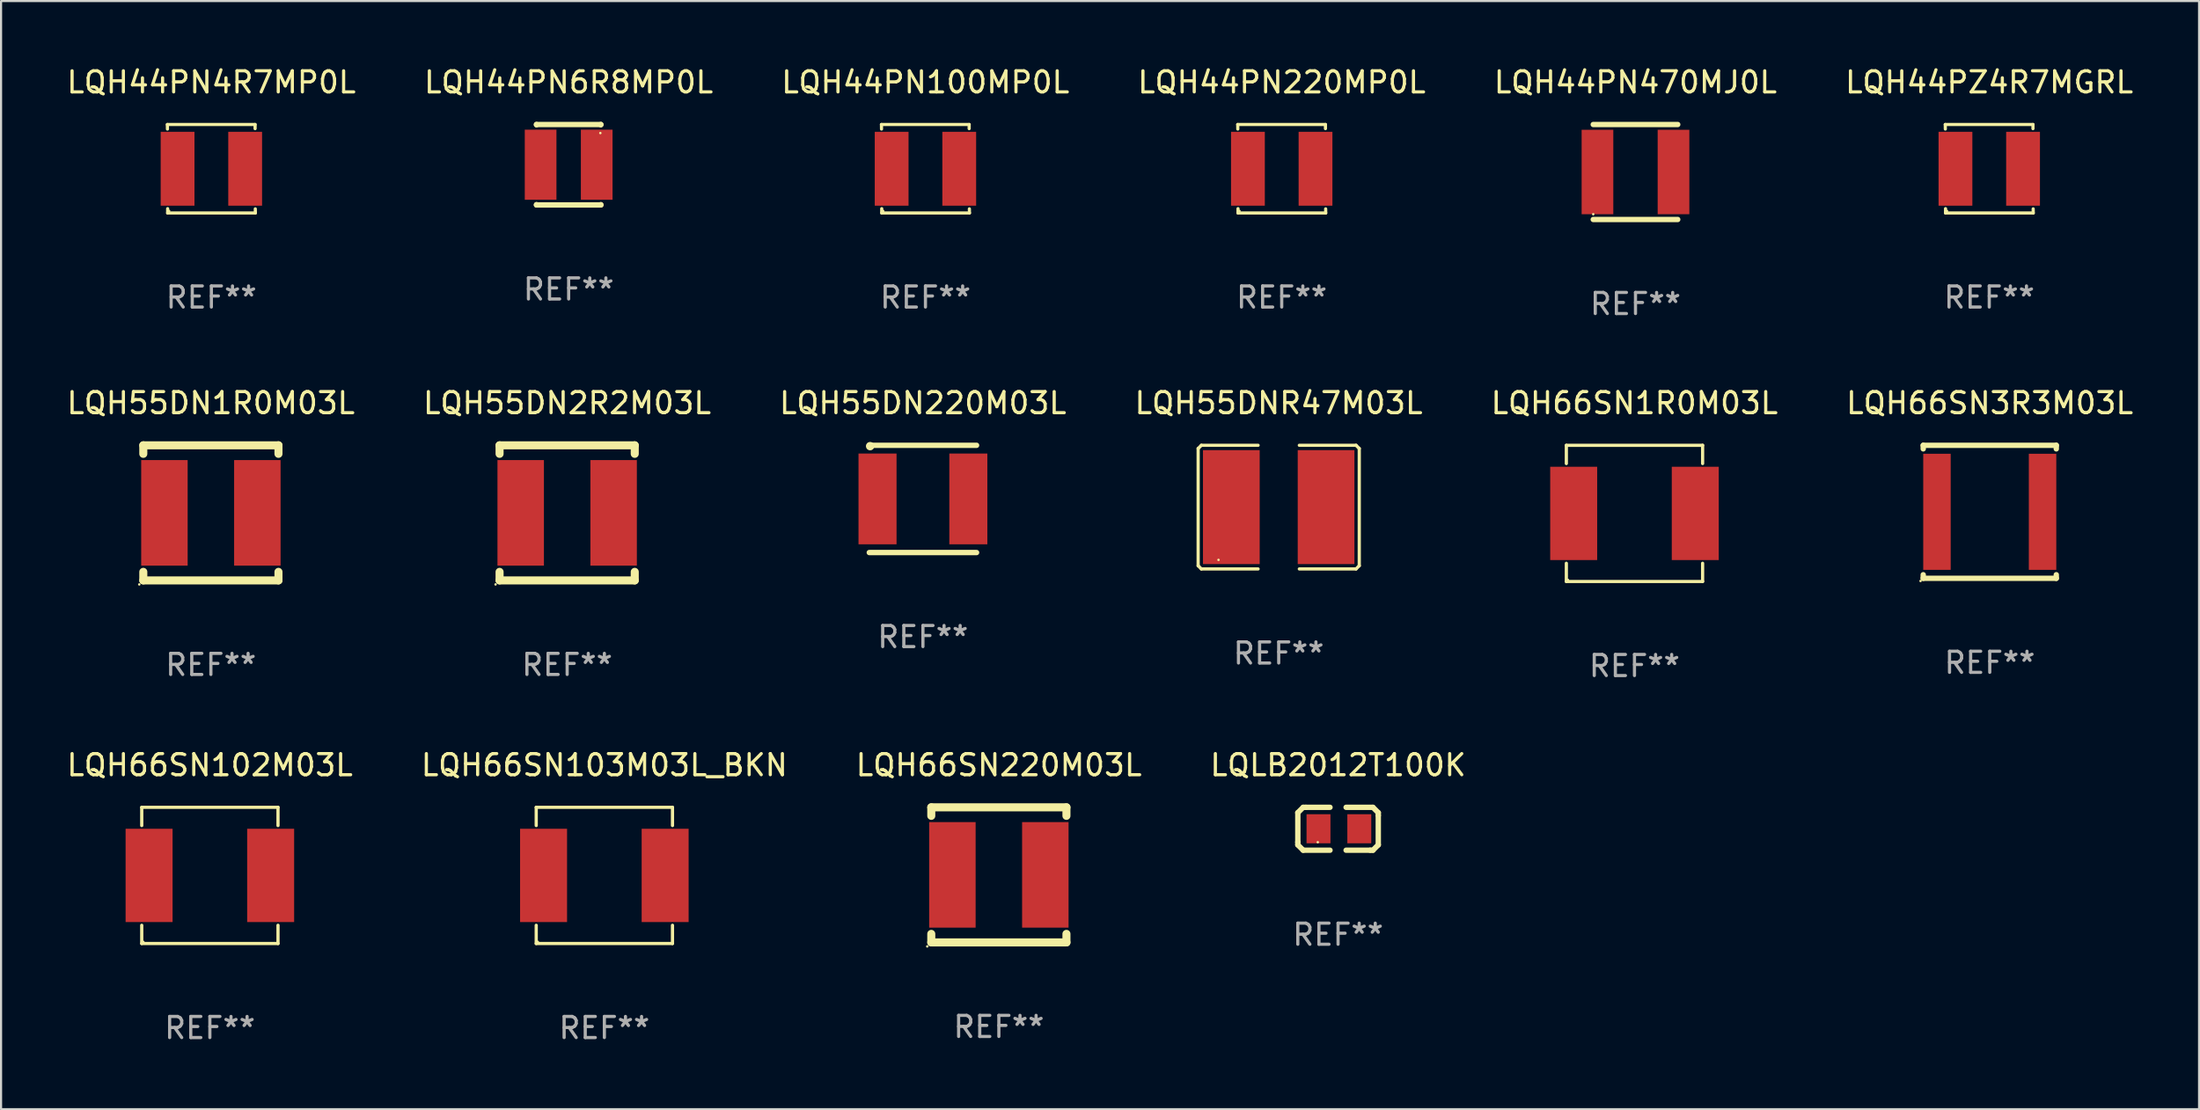
<source format=kicad_pcb>
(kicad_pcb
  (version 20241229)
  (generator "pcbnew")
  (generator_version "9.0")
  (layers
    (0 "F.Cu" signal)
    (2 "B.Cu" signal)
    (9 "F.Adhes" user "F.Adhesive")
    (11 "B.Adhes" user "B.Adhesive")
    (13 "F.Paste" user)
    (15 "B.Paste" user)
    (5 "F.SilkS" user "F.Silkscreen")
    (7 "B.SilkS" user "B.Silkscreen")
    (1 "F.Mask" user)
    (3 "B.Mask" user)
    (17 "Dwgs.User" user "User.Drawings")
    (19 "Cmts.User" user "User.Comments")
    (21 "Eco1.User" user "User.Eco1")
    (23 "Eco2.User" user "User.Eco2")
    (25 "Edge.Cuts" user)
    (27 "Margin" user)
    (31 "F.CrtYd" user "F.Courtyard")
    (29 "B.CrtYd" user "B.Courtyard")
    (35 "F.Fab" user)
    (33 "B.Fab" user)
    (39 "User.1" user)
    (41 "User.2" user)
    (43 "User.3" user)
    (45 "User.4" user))
  (footprint "LQH44PN6R8MP0L"
    (layer "F.Cu")
    (at 23.875 4.753)
    (property "Reference" "LQH44PN6R8MP0L" (at 0 -3.905 0) (layer "F.SilkS") (effects (font (size 1 1) (thickness 0.15))))
    (attr through_hole)
    (fp_line (start -1.524 -1.905) (end 1.524 -1.905) (stroke (width 0.254) (type solid)) (layer "F.SilkS"))
    (fp_line (start -1.524 -1.891) (end -1.524 -1.905) (stroke (width 0.254) (type solid)) (layer "F.SilkS"))
    (fp_line (start -1.524 1.905) (end -1.524 1.891) (stroke (width 0.254) (type solid)) (layer "F.SilkS"))
    (fp_line (start -1.524 1.905) (end 1.524 1.905) (stroke (width 0.254) (type solid)) (layer "F.SilkS"))
    (fp_line (start 1.524 -1.905) (end 1.524 -1.891) (stroke (width 0.254) (type solid)) (layer "F.SilkS"))
    (fp_line (start 1.524 1.891) (end 1.524 1.905) (stroke (width 0.254) (type solid)) (layer "F.SilkS"))
    (fp_circle (center 1.5 -1.5) (end 1.53 -1.5) (stroke (width 0.06) (type solid)) (fill no) (layer "F.SilkS"))
    (fp_text user "REF**" (at 0 5.905 0) (layer "F.Fab") (effects (font (size 1 1) (thickness 0.15))))
    (pad "1" smd rect (at 1.328 0) (size 1.5 3.32) (layers "F.Cu" "F.Mask" "F.Paste"))
    (pad "2" smd rect (at -1.328 0) (size 1.5 3.32) (layers "F.Cu" "F.Mask" "F.Paste")))
  (footprint "LQLB2012T100K"
    (layer "F.Cu")
    (at 60.304 36.21)
    (property "Reference" "LQLB2012T100K" (at 0 -3.016 0) (layer "F.SilkS") (effects (font (size 1 1) (thickness 0.15))))
    (attr through_hole)
    (fp_line (start -1.905 -0.762) (end -1.905 0.635) (stroke (width 0.254) (type solid)) (layer "F.SilkS"))
    (fp_line (start -1.905 0.635) (end -1.905 0.762) (stroke (width 0.254) (type solid)) (layer "F.SilkS"))
    (fp_line (start -1.905 0.762) (end -1.651 1.016) (stroke (width 0.254) (type solid)) (layer "F.SilkS"))
    (fp_line (start -1.651 -1.016) (end -1.905 -0.762) (stroke (width 0.254) (type solid)) (layer "F.SilkS"))
    (fp_line (start -1.651 1.016) (end -0.381 1.016) (stroke (width 0.254) (type solid)) (layer "F.SilkS"))
    (fp_line (start -1.524 -1.016) (end -1.651 -1.016) (stroke (width 0.254) (type solid)) (layer "F.SilkS"))
    (fp_line (start -0.381 -1.016) (end -1.524 -1.016) (stroke (width 0.254) (type solid)) (layer "F.SilkS"))
    (fp_line (start 0.381 1.016) (end 1.524 1.016) (stroke (width 0.254) (type solid)) (layer "F.SilkS"))
    (fp_line (start 1.524 1.016) (end 1.651 1.016) (stroke (width 0.254) (type solid)) (layer "F.SilkS"))
    (fp_line (start 1.651 -1.016) (end 0.381 -1.016) (stroke (width 0.254) (type solid)) (layer "F.SilkS"))
    (fp_line (start 1.651 1.016) (end 1.905 0.762) (stroke (width 0.254) (type solid)) (layer "F.SilkS"))
    (fp_line (start 1.905 -0.762) (end 1.651 -1.016) (stroke (width 0.254) (type solid)) (layer "F.SilkS"))
    (fp_line (start 1.905 -0.635) (end 1.905 -0.762) (stroke (width 0.254) (type solid)) (layer "F.SilkS"))
    (fp_line (start 1.905 0.762) (end 1.905 -0.635) (stroke (width 0.254) (type solid)) (layer "F.SilkS"))
    (fp_circle (center -0.96 0.637) (end -0.93 0.637) (stroke (width 0.06) (type solid)) (fill no) (layer "F.SilkS"))
    (fp_text user "REF**" (at 0 5.016 0) (layer "F.Fab") (effects (font (size 1 1) (thickness 0.15))))
    (pad "1" smd rect (at -0.926 -0.000051) (size 1.133 1.377) (layers "F.Cu" "F.Mask" "F.Paste"))
    (pad "2" smd rect (at 1.006 -0.000051) (size 1.133 1.377) (layers "F.Cu" "F.Mask" "F.Paste")))
  (footprint "LQH44PN4R7MP0L"
    (layer "F.Cu")
    (at 6.958 4.944)
    (property "Reference" "LQH44PN4R7MP0L" (at 0 -4.096 0) (layer "F.SilkS") (effects (font (size 1 1) (thickness 0.15))))
    (attr through_hole)
    (fp_line (start -2.083 -2.096) (end -2.08 -1.88) (stroke (width 0.15) (type solid)) (layer "F.SilkS"))
    (fp_line (start -2.07 1.89) (end -2.07 2.096) (stroke (width 0.15) (type solid)) (layer "F.SilkS"))
    (fp_line (start -2.07 2.096) (end 2.083 2.096) (stroke (width 0.15) (type solid)) (layer "F.SilkS"))
    (fp_line (start 2.07 -1.9) (end 2.07 -2.096) (stroke (width 0.15) (type solid)) (layer "F.SilkS"))
    (fp_line (start 2.07 -2.096) (end -2.083 -2.096) (stroke (width 0.15) (type solid)) (layer "F.SilkS"))
    (fp_line (start 2.083 2.096) (end 2.08 1.9) (stroke (width 0.15) (type solid)) (layer "F.SilkS"))
    (fp_circle (center -2 2) (end -1.97 2) (stroke (width 0.06) (type solid)) (fill no) (layer "F.SilkS"))
    (fp_text user "REF**" (at 0 6.096 0) (layer "F.Fab") (effects (font (size 1 1) (thickness 0.15))))
    (pad "1" smd rect (at -1.6 -0.000343) (size 1.6 3.5) (layers "F.Cu" "F.Mask" "F.Paste"))
    (pad "2" smd rect (at 1.6 -0.000343) (size 1.6 3.5) (layers "F.Cu" "F.Mask" "F.Paste")))
  (footprint "LQH44PN100MP0L"
    (layer "F.Cu")
    (at 40.768 4.944)
    (property "Reference" "LQH44PN100MP0L" (at 0 -4.096 0) (layer "F.SilkS") (effects (font (size 1 1) (thickness 0.15))))
    (attr through_hole)
    (fp_line (start -2.083 -2.096) (end -2.08 -1.88) (stroke (width 0.15) (type solid)) (layer "F.SilkS"))
    (fp_line (start -2.07 1.89) (end -2.07 2.096) (stroke (width 0.15) (type solid)) (layer "F.SilkS"))
    (fp_line (start -2.07 2.096) (end 2.083 2.096) (stroke (width 0.15) (type solid)) (layer "F.SilkS"))
    (fp_line (start 2.07 -1.9) (end 2.07 -2.096) (stroke (width 0.15) (type solid)) (layer "F.SilkS"))
    (fp_line (start 2.07 -2.096) (end -2.083 -2.096) (stroke (width 0.15) (type solid)) (layer "F.SilkS"))
    (fp_line (start 2.083 2.096) (end 2.08 1.9) (stroke (width 0.15) (type solid)) (layer "F.SilkS"))
    (fp_circle (center -2 2) (end -1.97 2) (stroke (width 0.06) (type solid)) (fill no) (layer "F.SilkS"))
    (fp_text user "REF**" (at 0 6.096 0) (layer "F.Fab") (effects (font (size 1 1) (thickness 0.15))))
    (pad "1" smd rect (at -1.6 -0.000343) (size 1.6 3.5) (layers "F.Cu" "F.Mask" "F.Paste"))
    (pad "2" smd rect (at 1.6 -0.000343) (size 1.6 3.5) (layers "F.Cu" "F.Mask" "F.Paste")))
  (footprint "LQH55DN1R0M03L"
    (layer "F.Cu")
    (at 6.935 21.245)
    (property "Reference" "LQH55DN1R0M03L" (at 0 -5.2 0) (layer "F.SilkS") (effects (font (size 1 1) (thickness 0.15))))
    (attr through_hole)
    (fp_line (start -3.2 -3.2) (end -3.2 -2.795) (stroke (width 0.381) (type solid)) (layer "F.SilkS"))
    (fp_line (start -3.2 -3.2) (end 3.2 -3.2) (stroke (width 0.381) (type solid)) (layer "F.SilkS"))
    (fp_line (start -3.2 2.795) (end -3.2 3.2) (stroke (width 0.381) (type solid)) (layer "F.SilkS"))
    (fp_line (start 3.2 -3.2) (end 3.2 -2.795) (stroke (width 0.381) (type solid)) (layer "F.SilkS"))
    (fp_line (start 3.2 2.795) (end 3.2 3.2) (stroke (width 0.381) (type solid)) (layer "F.SilkS"))
    (fp_line (start 3.2 3.2) (end -3.2 3.2) (stroke (width 0.381) (type solid)) (layer "F.SilkS"))
    (fp_circle (center -3.39 3.39) (end -3.36 3.39) (stroke (width 0.06) (type solid)) (fill no) (layer "F.SilkS"))
    (fp_text user "REF**" (at 0 7.2 0) (layer "F.Fab") (effects (font (size 1 1) (thickness 0.15))))
    (pad "1" smd rect (at -2.2 0) (size 2.2 5) (layers "F.Cu" "F.Mask" "F.Paste"))
    (pad "2" smd rect (at 2.2 0) (size 2.2 5) (layers "F.Cu" "F.Mask" "F.Paste")))
  (footprint "LQH66SN103M03L_BKN"
    (layer "F.Cu")
    (at 25.565 38.42)
    (property "Reference" "LQH66SN103M03L_BKN" (at 0 -5.226 0) (layer "F.SilkS") (effects (font (size 1 1) (thickness 0.15))))
    (attr through_hole)
    (fp_line (start -3.226 -3.226) (end 3.226 -3.226) (stroke (width 0.152) (type solid)) (layer "F.SilkS"))
    (fp_line (start -3.226 -2.362) (end -3.226 -3.226) (stroke (width 0.152) (type solid)) (layer "F.SilkS"))
    (fp_line (start -3.226 2.362) (end -3.226 3.226) (stroke (width 0.152) (type solid)) (layer "F.SilkS"))
    (fp_line (start -3.226 3.226) (end 3.226 3.226) (stroke (width 0.152) (type solid)) (layer "F.SilkS"))
    (fp_line (start 3.226 -3.226) (end 3.226 -2.362) (stroke (width 0.152) (type solid)) (layer "F.SilkS"))
    (fp_line (start 3.226 3.226) (end 3.226 2.362) (stroke (width 0.152) (type solid)) (layer "F.SilkS"))
    (fp_circle (center -3.15 3.15) (end -3.12 3.15) (stroke (width 0.06) (type solid)) (fill no) (layer "F.SilkS"))
    (fp_text user "REF**" (at 0 7.226 0) (layer "F.Fab") (effects (font (size 1 1) (thickness 0.15))))
    (pad "1" smd rect (at 2.878 0) (size 2.224 4.42) (layers "F.Cu" "F.Mask" "F.Paste"))
    (pad "2" smd rect (at -2.878 0) (size 2.224 4.42) (layers "F.Cu" "F.Mask" "F.Paste")))
  (footprint "LQH66SN3R3M03L"
    (layer "F.Cu")
    (at 91.161 21.195)
    (property "Reference" "LQH66SN3R3M03L" (at 0 -5.15 0) (layer "F.SilkS") (effects (font (size 1 1) (thickness 0.15))))
    (attr through_hole)
    (fp_line (start -3.15 -3.15) (end 3.15 -3.15) (stroke (width 0.254) (type solid)) (layer "F.SilkS"))
    (fp_line (start -3.15 -2.981) (end -3.15 -3.15) (stroke (width 0.254) (type solid)) (layer "F.SilkS"))
    (fp_line (start -3.15 3.15) (end -3.15 2.981) (stroke (width 0.254) (type solid)) (layer "F.SilkS"))
    (fp_line (start -3.15 3.15) (end 3.15 3.15) (stroke (width 0.254) (type solid)) (layer "F.SilkS"))
    (fp_line (start 3.15 -2.981) (end 3.15 -3.15) (stroke (width 0.254) (type solid)) (layer "F.SilkS"))
    (fp_line (start 3.15 3.15) (end 3.15 2.981) (stroke (width 0.254) (type solid)) (layer "F.SilkS"))
    (fp_circle (center -3.277 3.277) (end -3.247 3.277) (stroke (width 0.06) (type solid)) (fill no) (layer "F.SilkS"))
    (fp_text user "REF**" (at 0 7.15 0) (layer "F.Fab") (effects (font (size 1 1) (thickness 0.15))))
    (pad "1" smd rect (at -2.5 0) (size 1.3 5.5) (layers "F.Cu" "F.Mask" "F.Paste"))
    (pad "2" smd rect (at 2.5 0) (size 1.3 5.5) (layers "F.Cu" "F.Mask" "F.Paste")))
  (footprint "LQH44PN470MJ0L"
    (layer "F.Cu")
    (at 74.387 5.098)
    (property "Reference" "LQH44PN470MJ0L" (at 0 -4.25 0) (layer "F.SilkS") (effects (font (size 1 1) (thickness 0.15))))
    (attr through_hole)
    (fp_line (start -2 -2.25) (end 2 -2.25) (stroke (width 0.254) (type solid)) (layer "F.SilkS"))
    (fp_line (start -2 2.25) (end 2 2.25) (stroke (width 0.254) (type solid)) (layer "F.SilkS"))
    (fp_circle (center -2 2) (end -1.97 2) (stroke (width 0.06) (type solid)) (fill no) (layer "F.SilkS"))
    (fp_text user "REF**" (at 0 6.25 0) (layer "F.Fab") (effects (font (size 1 1) (thickness 0.15))))
    (pad "1" smd rect (at -1.8 0) (size 1.5 4) (layers "F.Cu" "F.Mask" "F.Paste"))
    (pad "2" smd rect (at 1.8 0) (size 1.5 4) (layers "F.Cu" "F.Mask" "F.Paste")))
  (footprint "LQH55DN2R2M03L"
    (layer "F.Cu")
    (at 23.804 21.245)
    (property "Reference" "LQH55DN2R2M03L" (at 0 -5.2 0) (layer "F.SilkS") (effects (font (size 1 1) (thickness 0.15))))
    (attr through_hole)
    (fp_line (start -3.2 -3.2) (end -3.2 -2.795) (stroke (width 0.381) (type solid)) (layer "F.SilkS"))
    (fp_line (start -3.2 -3.2) (end 3.2 -3.2) (stroke (width 0.381) (type solid)) (layer "F.SilkS"))
    (fp_line (start -3.2 2.795) (end -3.2 3.2) (stroke (width 0.381) (type solid)) (layer "F.SilkS"))
    (fp_line (start 3.2 -3.2) (end 3.2 -2.795) (stroke (width 0.381) (type solid)) (layer "F.SilkS"))
    (fp_line (start 3.2 2.795) (end 3.2 3.2) (stroke (width 0.381) (type solid)) (layer "F.SilkS"))
    (fp_line (start 3.2 3.2) (end -3.2 3.2) (stroke (width 0.381) (type solid)) (layer "F.SilkS"))
    (fp_circle (center -3.39 3.39) (end -3.36 3.39) (stroke (width 0.06) (type solid)) (fill no) (layer "F.SilkS"))
    (fp_text user "REF**" (at 0 7.2 0) (layer "F.Fab") (effects (font (size 1 1) (thickness 0.15))))
    (pad "1" smd rect (at -2.2 0) (size 2.2 5) (layers "F.Cu" "F.Mask" "F.Paste"))
    (pad "2" smd rect (at 2.2 0) (size 2.2 5) (layers "F.Cu" "F.Mask" "F.Paste")))
  (footprint "LQH44PZ4R7MGRL"
    (layer "F.Cu")
    (at 91.137 4.944)
    (property "Reference" "LQH44PZ4R7MGRL" (at 0 -4.096 0) (layer "F.SilkS") (effects (font (size 1 1) (thickness 0.15))))
    (attr through_hole)
    (fp_line (start -2.083 -2.096) (end -2.08 -1.88) (stroke (width 0.15) (type solid)) (layer "F.SilkS"))
    (fp_line (start -2.07 1.89) (end -2.07 2.096) (stroke (width 0.15) (type solid)) (layer "F.SilkS"))
    (fp_line (start -2.07 2.096) (end 2.083 2.096) (stroke (width 0.15) (type solid)) (layer "F.SilkS"))
    (fp_line (start 2.07 -1.9) (end 2.07 -2.096) (stroke (width 0.15) (type solid)) (layer "F.SilkS"))
    (fp_line (start 2.07 -2.096) (end -2.083 -2.096) (stroke (width 0.15) (type solid)) (layer "F.SilkS"))
    (fp_line (start 2.083 2.096) (end 2.08 1.9) (stroke (width 0.15) (type solid)) (layer "F.SilkS"))
    (fp_circle (center -2 2) (end -1.97 2) (stroke (width 0.06) (type solid)) (fill no) (layer "F.SilkS"))
    (fp_text user "REF**" (at 0 6.096 0) (layer "F.Fab") (effects (font (size 1 1) (thickness 0.15))))
    (pad "1" smd rect (at -1.6 -0.000343) (size 1.6 3.5) (layers "F.Cu" "F.Mask" "F.Paste"))
    (pad "2" smd rect (at 1.6 -0.000343) (size 1.6 3.5) (layers "F.Cu" "F.Mask" "F.Paste")))
  (footprint "LQH55DNR47M03L"
    (layer "F.Cu")
    (at 57.494 20.973)
    (property "Reference" "LQH55DNR47M03L" (at 0 -4.929 0) (layer "F.SilkS") (effects (font (size 1 1) (thickness 0.15))))
    (attr through_hole)
    (fp_line (start -3.814 -2.776) (end -3.814 2.776) (stroke (width 0.152) (type solid)) (layer "F.SilkS"))
    (fp_line (start -3.814 2.776) (end -3.661 2.929) (stroke (width 0.152) (type solid)) (layer "F.SilkS"))
    (fp_line (start -3.661 -2.929) (end -3.814 -2.776) (stroke (width 0.152) (type solid)) (layer "F.SilkS"))
    (fp_line (start -3.661 2.929) (end -0.976 2.929) (stroke (width 0.152) (type solid)) (layer "F.SilkS"))
    (fp_line (start -0.976 -2.929) (end -3.661 -2.929) (stroke (width 0.152) (type solid)) (layer "F.SilkS"))
    (fp_line (start 0.976 -2.929) (end 3.661 -2.929) (stroke (width 0.152) (type solid)) (layer "F.SilkS"))
    (fp_line (start 3.661 -2.929) (end 3.814 -2.776) (stroke (width 0.152) (type solid)) (layer "F.SilkS"))
    (fp_line (start 3.661 2.929) (end 0.976 2.929) (stroke (width 0.152) (type solid)) (layer "F.SilkS"))
    (fp_line (start 3.814 -2.776) (end 3.814 2.776) (stroke (width 0.152) (type solid)) (layer "F.SilkS"))
    (fp_line (start 3.814 2.776) (end 3.661 2.929) (stroke (width 0.152) (type solid)) (layer "F.SilkS"))
    (fp_circle (center -2.85 2.5) (end -2.82 2.5) (stroke (width 0.06) (type solid)) (fill no) (layer "F.SilkS"))
    (fp_text user "REF**" (at 0 6.929 0) (layer "F.Fab") (effects (font (size 1 1) (thickness 0.15))))
    (pad "1" smd rect (at -2.243 0) (size 2.685 5.4) (layers "F.Cu" "F.Mask" "F.Paste"))
    (pad "2" smd rect (at 2.243 0) (size 2.685 5.4) (layers "F.Cu" "F.Mask" "F.Paste")))
  (footprint "LQH55DN220M03L"
    (layer "F.Cu")
    (at 40.649 20.585)
    (property "Reference" "LQH55DN220M03L" (at 0 -4.54 0) (layer "F.SilkS") (effects (font (size 1 1) (thickness 0.15))))
    (attr through_hole)
    (fp_line (start -2.54 -2.54) (end 2.54 -2.54) (stroke (width 0.254) (type solid)) (layer "F.SilkS"))
    (fp_line (start 2.54 2.54) (end -2.54 2.54) (stroke (width 0.254) (type solid)) (layer "F.SilkS"))
    (fp_circle (center -2.5 -2.5) (end -2.4 -2.5) (stroke (width 0.2) (type solid)) (fill no) (layer "F.SilkS"))
    (fp_text user "REF**" (at 0 6.54 0) (layer "F.Fab") (effects (font (size 1 1) (thickness 0.15))))
    (pad "1" smd rect (at -2.15 0) (size 1.801 4.3) (layers "F.Cu" "F.Mask" "F.Paste"))
    (pad "2" smd rect (at 2.15 0) (size 1.801 4.3) (layers "F.Cu" "F.Mask" "F.Paste")))
  (footprint "LQH66SN1R0M03L"
    (layer "F.Cu")
    (at 74.339 21.271)
    (property "Reference" "LQH66SN1R0M03L" (at 0 -5.226 0) (layer "F.SilkS") (effects (font (size 1 1) (thickness 0.15))))
    (attr through_hole)
    (fp_line (start -3.226 -3.226) (end 3.226 -3.226) (stroke (width 0.152) (type solid)) (layer "F.SilkS"))
    (fp_line (start -3.226 -2.362) (end -3.226 -3.226) (stroke (width 0.152) (type solid)) (layer "F.SilkS"))
    (fp_line (start -3.226 2.362) (end -3.226 3.226) (stroke (width 0.152) (type solid)) (layer "F.SilkS"))
    (fp_line (start -3.226 3.226) (end 3.226 3.226) (stroke (width 0.152) (type solid)) (layer "F.SilkS"))
    (fp_line (start 3.226 -3.226) (end 3.226 -2.362) (stroke (width 0.152) (type solid)) (layer "F.SilkS"))
    (fp_line (start 3.226 3.226) (end 3.226 2.362) (stroke (width 0.152) (type solid)) (layer "F.SilkS"))
    (fp_circle (center -3.15 3.15) (end -3.12 3.15) (stroke (width 0.06) (type solid)) (fill no) (layer "F.SilkS"))
    (fp_text user "REF**" (at 0 7.226 0) (layer "F.Fab") (effects (font (size 1 1) (thickness 0.15))))
    (pad "1" smd rect (at 2.878 0) (size 2.224 4.42) (layers "F.Cu" "F.Mask" "F.Paste"))
    (pad "2" smd rect (at -2.878 0) (size 2.224 4.42) (layers "F.Cu" "F.Mask" "F.Paste")))
  (footprint "LQH66SN220M03L"
    (layer "F.Cu")
    (at 44.244 38.394)
    (property "Reference" "LQH66SN220M03L" (at 0 -5.2 0) (layer "F.SilkS") (effects (font (size 1 1) (thickness 0.15))))
    (attr through_hole)
    (fp_line (start -3.2 -3.2) (end -3.2 -2.795) (stroke (width 0.381) (type solid)) (layer "F.SilkS"))
    (fp_line (start -3.2 -3.2) (end 3.2 -3.2) (stroke (width 0.381) (type solid)) (layer "F.SilkS"))
    (fp_line (start -3.2 2.795) (end -3.2 3.2) (stroke (width 0.381) (type solid)) (layer "F.SilkS"))
    (fp_line (start 3.2 -3.2) (end 3.2 -2.795) (stroke (width 0.381) (type solid)) (layer "F.SilkS"))
    (fp_line (start 3.2 2.795) (end 3.2 3.2) (stroke (width 0.381) (type solid)) (layer "F.SilkS"))
    (fp_line (start 3.2 3.2) (end -3.2 3.2) (stroke (width 0.381) (type solid)) (layer "F.SilkS"))
    (fp_circle (center -3.39 3.39) (end -3.36 3.39) (stroke (width 0.06) (type solid)) (fill no) (layer "F.SilkS"))
    (fp_text user "REF**" (at 0 7.2 0) (layer "F.Fab") (effects (font (size 1 1) (thickness 0.15))))
    (pad "1" smd rect (at -2.2 0) (size 2.2 5) (layers "F.Cu" "F.Mask" "F.Paste"))
    (pad "2" smd rect (at 2.2 0) (size 2.2 5) (layers "F.Cu" "F.Mask" "F.Paste")))
  (footprint "LQH44PN220MP0L"
    (layer "F.Cu")
    (at 57.637 4.944)
    (property "Reference" "LQH44PN220MP0L" (at 0 -4.096 0) (layer "F.SilkS") (effects (font (size 1 1) (thickness 0.15))))
    (attr through_hole)
    (fp_line (start -2.083 -2.096) (end -2.08 -1.88) (stroke (width 0.15) (type solid)) (layer "F.SilkS"))
    (fp_line (start -2.07 1.89) (end -2.07 2.096) (stroke (width 0.15) (type solid)) (layer "F.SilkS"))
    (fp_line (start -2.07 2.096) (end 2.083 2.096) (stroke (width 0.15) (type solid)) (layer "F.SilkS"))
    (fp_line (start 2.07 -1.9) (end 2.07 -2.096) (stroke (width 0.15) (type solid)) (layer "F.SilkS"))
    (fp_line (start 2.07 -2.096) (end -2.083 -2.096) (stroke (width 0.15) (type solid)) (layer "F.SilkS"))
    (fp_line (start 2.083 2.096) (end 2.08 1.9) (stroke (width 0.15) (type solid)) (layer "F.SilkS"))
    (fp_circle (center -2 2) (end -1.97 2) (stroke (width 0.06) (type solid)) (fill no) (layer "F.SilkS"))
    (fp_text user "REF**" (at 0 6.096 0) (layer "F.Fab") (effects (font (size 1 1) (thickness 0.15))))
    (pad "1" smd rect (at -1.6 -0.000343) (size 1.6 3.5) (layers "F.Cu" "F.Mask" "F.Paste"))
    (pad "2" smd rect (at 1.6 -0.000343) (size 1.6 3.5) (layers "F.Cu" "F.Mask" "F.Paste")))
  (footprint "LQH66SN102M03L"
    (layer "F.Cu")
    (at 6.887 38.42)
    (property "Reference" "LQH66SN102M03L" (at 0 -5.226 0) (layer "F.SilkS") (effects (font (size 1 1) (thickness 0.15))))
    (attr through_hole)
    (fp_line (start -3.226 -3.226) (end 3.226 -3.226) (stroke (width 0.152) (type solid)) (layer "F.SilkS"))
    (fp_line (start -3.226 -2.362) (end -3.226 -3.226) (stroke (width 0.152) (type solid)) (layer "F.SilkS"))
    (fp_line (start -3.226 2.362) (end -3.226 3.226) (stroke (width 0.152) (type solid)) (layer "F.SilkS"))
    (fp_line (start -3.226 3.226) (end 3.226 3.226) (stroke (width 0.152) (type solid)) (layer "F.SilkS"))
    (fp_line (start 3.226 -3.226) (end 3.226 -2.362) (stroke (width 0.152) (type solid)) (layer "F.SilkS"))
    (fp_line (start 3.226 3.226) (end 3.226 2.362) (stroke (width 0.152) (type solid)) (layer "F.SilkS"))
    (fp_circle (center -3.15 3.15) (end -3.12 3.15) (stroke (width 0.06) (type solid)) (fill no) (layer "F.SilkS"))
    (fp_text user "REF**" (at 0 7.226 0) (layer "F.Fab") (effects (font (size 1 1) (thickness 0.15))))
    (pad "1" smd rect (at 2.878 0) (size 2.224 4.42) (layers "F.Cu" "F.Mask" "F.Paste"))
    (pad "2" smd rect (at -2.878 0) (size 2.224 4.42) (layers "F.Cu" "F.Mask" "F.Paste")))
  (gr_rect
    (start -3 -3)
    (end 101.071 49.494)
    (stroke (width 0.1) (type default))
    (fill no)
    (layer "Edge.Cuts")))
</source>
